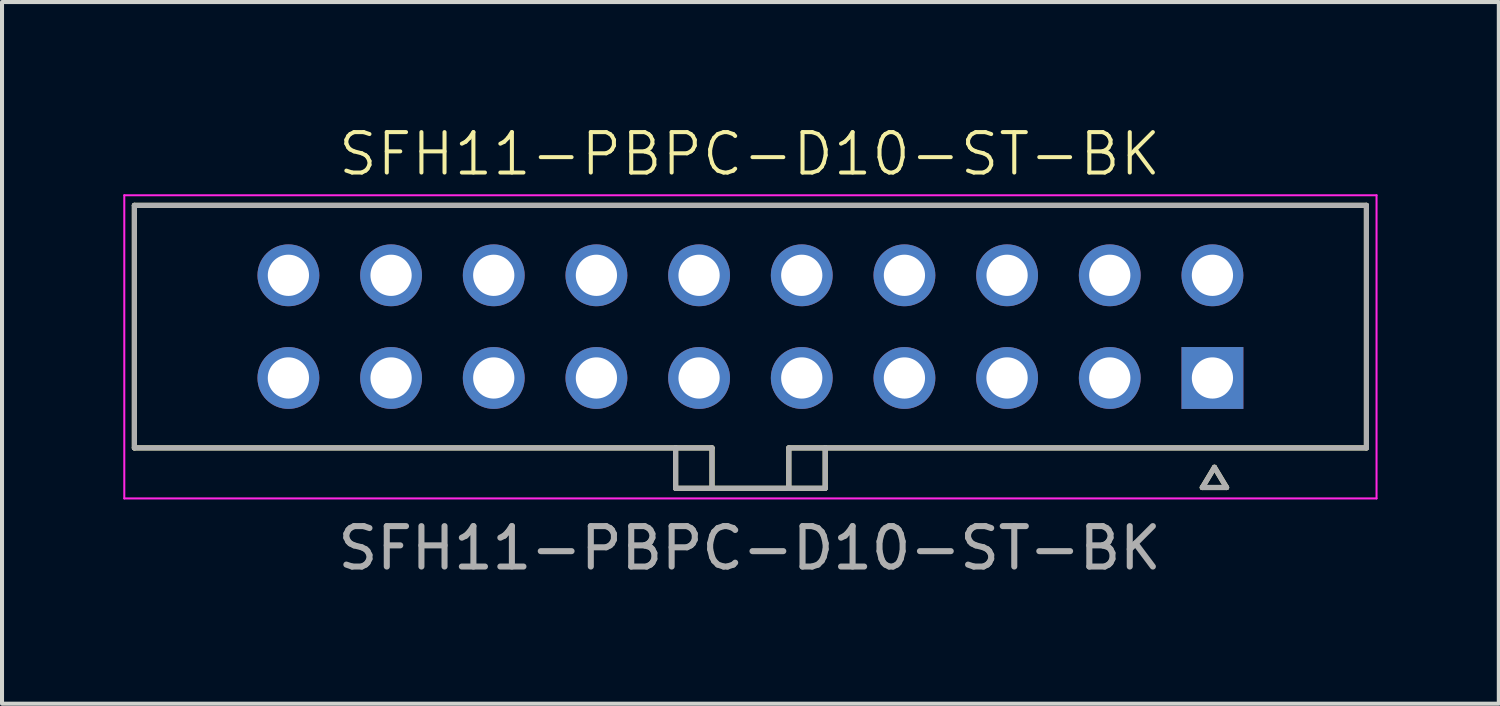
<source format=kicad_pcb>
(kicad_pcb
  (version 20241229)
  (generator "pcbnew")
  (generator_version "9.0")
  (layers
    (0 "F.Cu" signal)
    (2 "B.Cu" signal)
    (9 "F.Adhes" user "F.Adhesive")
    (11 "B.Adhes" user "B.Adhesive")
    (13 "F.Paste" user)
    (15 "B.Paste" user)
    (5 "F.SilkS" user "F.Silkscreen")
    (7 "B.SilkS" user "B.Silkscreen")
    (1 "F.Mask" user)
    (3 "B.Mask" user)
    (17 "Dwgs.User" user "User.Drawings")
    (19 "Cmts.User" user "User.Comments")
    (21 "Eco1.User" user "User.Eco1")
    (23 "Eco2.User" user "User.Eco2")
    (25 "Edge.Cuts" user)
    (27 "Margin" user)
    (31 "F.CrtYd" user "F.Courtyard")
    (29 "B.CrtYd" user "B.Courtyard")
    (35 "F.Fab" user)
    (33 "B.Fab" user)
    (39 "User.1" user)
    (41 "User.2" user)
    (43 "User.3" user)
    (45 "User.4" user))
  (footprint "SFH11-PBPC-D10-ST-BK"
    (layer "F.Cu")
    (at 15.495 5.011)
    (property "Reference" "SFH11-PBPC-D10-ST-BK" (at 0 -4.25 0) (unlocked yes) (layer "F.SilkS") (effects (font (size 1 1) (thickness 0.1))))
    (attr smd)
    (fp_line (start -15.22 -2.98) (end 15.26 -2.98) (stroke (width 0.127) (type solid)) (layer "F.SilkS"))
    (fp_line (start -15.22 3.02) (end -15.22 -2.98) (stroke (width 0.127) (type solid)) (layer "F.SilkS"))
    (fp_line (start -1.83 3.02) (end -15.22 3.02) (stroke (width 0.127) (type solid)) (layer "F.SilkS"))
    (fp_line (start -1.83 3.02) (end -1.83 4.02) (stroke (width 0.127) (type solid)) (layer "F.SilkS"))
    (fp_line (start -1.83 3.02) (end -0.93 3.02) (stroke (width 0.127) (type solid)) (layer "F.SilkS"))
    (fp_line (start -1.83 4.02) (end -0.93 4.02) (stroke (width 0.127) (type solid)) (layer "F.SilkS"))
    (fp_line (start -0.93 3.02) (end -0.93 4.02) (stroke (width 0.127) (type solid)) (layer "F.SilkS"))
    (fp_line (start -0.93 4.02) (end 0.97 4.02) (stroke (width 0.127) (type solid)) (layer "F.SilkS"))
    (fp_line (start 0.97 3.02) (end 0.97 4.02) (stroke (width 0.127) (type solid)) (layer "F.SilkS"))
    (fp_line (start 0.97 4.02) (end 1.87 4.02) (stroke (width 0.127) (type solid)) (layer "F.SilkS"))
    (fp_line (start 1.87 3.02) (end 0.97 3.02) (stroke (width 0.127) (type solid)) (layer "F.SilkS"))
    (fp_line (start 1.87 3.02) (end 15.26 3.02) (stroke (width 0.127) (type solid)) (layer "F.SilkS"))
    (fp_line (start 1.87 4.02) (end 1.87 3.02) (stroke (width 0.127) (type solid)) (layer "F.SilkS"))
    (fp_line (start 11.2 4) (end 11.5 3.5) (stroke (width 0.127) (type solid)) (layer "F.SilkS"))
    (fp_line (start 11.5 3.5) (end 11.8 4) (stroke (width 0.127) (type solid)) (layer "F.SilkS"))
    (fp_line (start 11.8 4) (end 11.2 4) (stroke (width 0.127) (type solid)) (layer "F.SilkS"))
    (fp_line (start 15.26 -2.98) (end 15.26 3.02) (stroke (width 0.127) (type solid)) (layer "F.SilkS"))
    (fp_line (start -15.47 -3.23) (end -15.47 4.27) (stroke (width 0.05) (type solid)) (layer "F.CrtYd"))
    (fp_line (start -15.47 4.27) (end 15.51 4.27) (stroke (width 0.05) (type solid)) (layer "F.CrtYd"))
    (fp_line (start 15.51 -3.23) (end -15.47 -3.23) (stroke (width 0.05) (type solid)) (layer "F.CrtYd"))
    (fp_line (start 15.51 4.27) (end 15.51 -3.23) (stroke (width 0.05) (type solid)) (layer "F.CrtYd"))
    (fp_line (start -15.22 -2.98) (end 15.26 -2.98) (stroke (width 0.127) (type solid)) (layer "F.Fab"))
    (fp_line (start -15.22 3.02) (end -15.22 -2.98) (stroke (width 0.127) (type solid)) (layer "F.Fab"))
    (fp_line (start -1.83 3.02) (end -15.22 3.02) (stroke (width 0.127) (type solid)) (layer "F.Fab"))
    (fp_line (start -1.83 3.02) (end -1.83 4.02) (stroke (width 0.127) (type solid)) (layer "F.Fab"))
    (fp_line (start -1.83 3.02) (end -0.93 3.02) (stroke (width 0.127) (type solid)) (layer "F.Fab"))
    (fp_line (start -1.83 4.02) (end -0.93 4.02) (stroke (width 0.127) (type solid)) (layer "F.Fab"))
    (fp_line (start -0.93 3.02) (end -0.93 4.02) (stroke (width 0.127) (type solid)) (layer "F.Fab"))
    (fp_line (start -0.93 4.02) (end 0.97 4.02) (stroke (width 0.127) (type solid)) (layer "F.Fab"))
    (fp_line (start 0.97 3.02) (end 0.97 4.02) (stroke (width 0.127) (type solid)) (layer "F.Fab"))
    (fp_line (start 0.97 4.02) (end 1.87 4.02) (stroke (width 0.127) (type solid)) (layer "F.Fab"))
    (fp_line (start 1.87 3.02) (end 0.97 3.02) (stroke (width 0.127) (type solid)) (layer "F.Fab"))
    (fp_line (start 1.87 3.02) (end 15.26 3.02) (stroke (width 0.127) (type solid)) (layer "F.Fab"))
    (fp_line (start 1.87 4.02) (end 1.87 3.02) (stroke (width 0.127) (type solid)) (layer "F.Fab"))
    (fp_line (start 11.2 4) (end 11.5 3.5) (stroke (width 0.127) (type solid)) (layer "F.Fab"))
    (fp_line (start 11.5 3.5) (end 11.8 4) (stroke (width 0.127) (type solid)) (layer "F.Fab"))
    (fp_line (start 11.8 4) (end 11.2 4) (stroke (width 0.127) (type solid)) (layer "F.Fab"))
    (fp_line (start 15.26 -2.98) (end 15.26 3.02) (stroke (width 0.127) (type solid)) (layer "F.Fab"))
    (fp_text user "${REFERENCE}" (at 0 5.5 0) (unlocked yes) (layer "F.Fab") (effects (font (size 1 1) (thickness 0.15))))
    (pad "1" thru_hole rect (at 11.45 1.29) (size 1.53 1.53) (drill 1.02) (layers "*.Cu" "*.Mask"))
    (pad "2" thru_hole circle (at 11.45 -1.25) (size 1.53 1.53) (drill 1.02) (layers "*.Cu" "*.Mask"))
    (pad "3" thru_hole circle (at 8.91 1.29) (size 1.53 1.53) (drill 1.02) (layers "*.Cu" "*.Mask"))
    (pad "4" thru_hole circle (at 8.91 -1.25) (size 1.53 1.53) (drill 1.02) (layers "*.Cu" "*.Mask"))
    (pad "5" thru_hole circle (at 6.37 1.29) (size 1.53 1.53) (drill 1.02) (layers "*.Cu" "*.Mask"))
    (pad "6" thru_hole circle (at 6.37 -1.25) (size 1.53 1.53) (drill 1.02) (layers "*.Cu" "*.Mask"))
    (pad "7" thru_hole circle (at 3.83 1.29) (size 1.53 1.53) (drill 1.02) (layers "*.Cu" "*.Mask"))
    (pad "8" thru_hole circle (at 3.83 -1.25) (size 1.53 1.53) (drill 1.02) (layers "*.Cu" "*.Mask"))
    (pad "9" thru_hole circle (at 1.29 1.29) (size 1.53 1.53) (drill 1.02) (layers "*.Cu" "*.Mask"))
    (pad "10" thru_hole circle (at 1.29 -1.25) (size 1.53 1.53) (drill 1.02) (layers "*.Cu" "*.Mask"))
    (pad "11" thru_hole circle (at -1.25 1.29) (size 1.53 1.53) (drill 1.02) (layers "*.Cu" "*.Mask"))
    (pad "12" thru_hole circle (at -1.25 -1.25) (size 1.53 1.53) (drill 1.02) (layers "*.Cu" "*.Mask"))
    (pad "13" thru_hole circle (at -3.79 1.29) (size 1.53 1.53) (drill 1.02) (layers "*.Cu" "*.Mask"))
    (pad "14" thru_hole circle (at -3.79 -1.25) (size 1.53 1.53) (drill 1.02) (layers "*.Cu" "*.Mask"))
    (pad "15" thru_hole circle (at -6.33 1.29) (size 1.53 1.53) (drill 1.02) (layers "*.Cu" "*.Mask"))
    (pad "16" thru_hole circle (at -6.33 -1.25) (size 1.53 1.53) (drill 1.02) (layers "*.Cu" "*.Mask"))
    (pad "17" thru_hole circle (at -8.87 1.29) (size 1.53 1.53) (drill 1.02) (layers "*.Cu" "*.Mask"))
    (pad "18" thru_hole circle (at -8.87 -1.25) (size 1.53 1.53) (drill 1.02) (layers "*.Cu" "*.Mask"))
    (pad "19" thru_hole circle (at -11.41 1.29) (size 1.53 1.53) (drill 1.02) (layers "*.Cu" "*.Mask"))
    (pad "20" thru_hole circle (at -11.41 -1.25) (size 1.53 1.53) (drill 1.02) (layers "*.Cu" "*.Mask")))
  (gr_rect
    (start -3 -3)
    (end 34.03 14.359)
    (stroke (width 0.1) (type default))
    (fill no)
    (layer "Edge.Cuts")))
</source>
